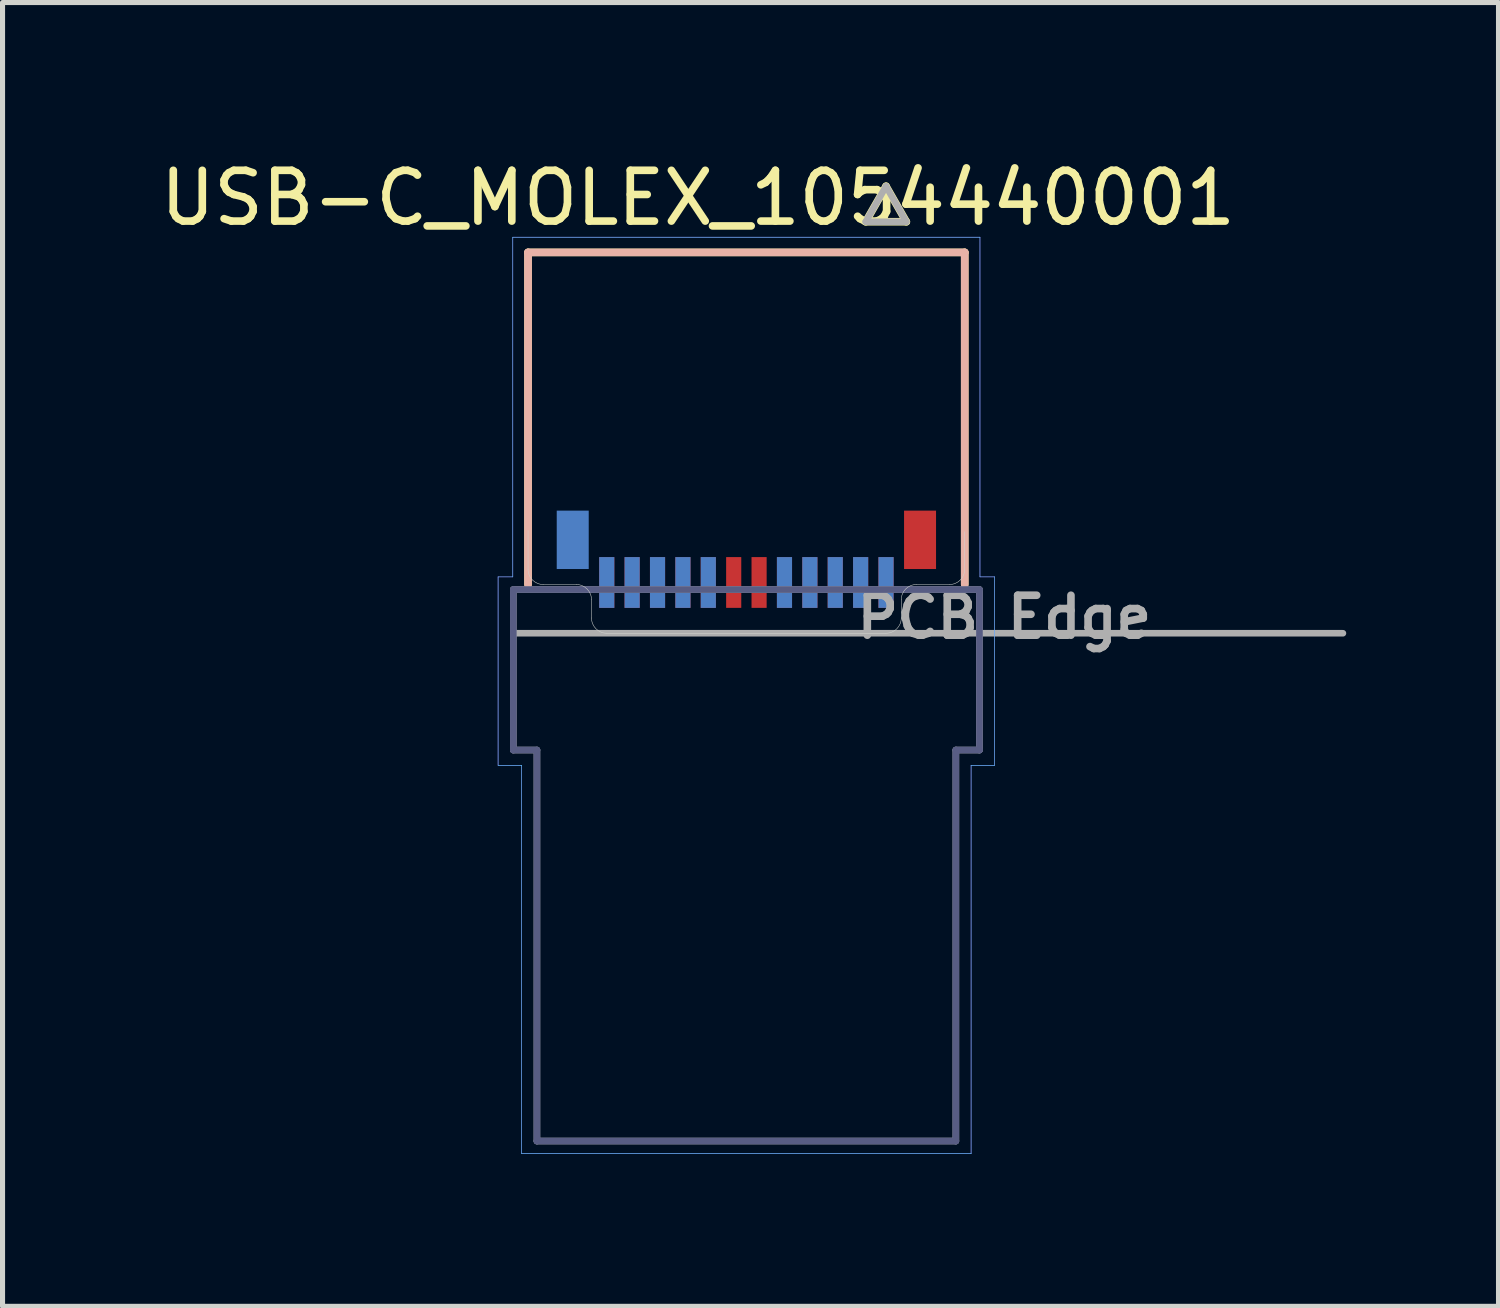
<source format=kicad_pcb>
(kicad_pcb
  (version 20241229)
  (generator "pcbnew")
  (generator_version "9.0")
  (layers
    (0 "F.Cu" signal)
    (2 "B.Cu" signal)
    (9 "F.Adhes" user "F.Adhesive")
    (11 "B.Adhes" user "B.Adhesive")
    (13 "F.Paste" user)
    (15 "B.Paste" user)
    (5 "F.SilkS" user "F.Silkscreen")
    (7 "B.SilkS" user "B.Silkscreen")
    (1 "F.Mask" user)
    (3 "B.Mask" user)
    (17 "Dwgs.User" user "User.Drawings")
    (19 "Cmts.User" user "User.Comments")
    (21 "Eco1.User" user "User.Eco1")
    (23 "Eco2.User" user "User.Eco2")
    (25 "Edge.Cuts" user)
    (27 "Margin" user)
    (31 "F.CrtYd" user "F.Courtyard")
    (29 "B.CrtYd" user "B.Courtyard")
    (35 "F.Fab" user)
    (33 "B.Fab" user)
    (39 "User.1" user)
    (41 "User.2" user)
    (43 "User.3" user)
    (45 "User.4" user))
  (footprint "USB-C_MOLEX_1054440001"
    (layer "F.Cu")
    (at 11.649 9.421)
    (property "Reference" "USB-C_MOLEX_1054440001" (at -0.953 -8.572 0) (layer "F.SilkS") (effects (font (size 1 1) (thickness 0.15))))
    (attr smd)
    (fp_poly (pts (xy -2.962 -1.563) (xy -2.538 -1.563) (xy -2.538 -0.436) (xy -2.962 -0.436)) (stroke (width 0.01) (type solid)) (fill yes) (layer "F.Mask"))
    (fp_poly (pts (xy -2.462 -1.563) (xy -2.038 -1.563) (xy -2.038 -0.436) (xy -2.462 -0.436)) (stroke (width 0.01) (type solid)) (fill yes) (layer "F.Mask"))
    (fp_poly (pts (xy -1.962 -1.563) (xy -1.538 -1.563) (xy -1.538 -0.436) (xy -1.962 -0.436)) (stroke (width 0.01) (type solid)) (fill yes) (layer "F.Mask"))
    (fp_poly (pts (xy -1.462 -1.563) (xy -1.038 -1.563) (xy -1.038 -0.436) (xy -1.462 -0.436)) (stroke (width 0.01) (type solid)) (fill yes) (layer "F.Mask"))
    (fp_poly (pts (xy -0.963 -1.563) (xy -0.537 -1.563) (xy -0.537 -0.436) (xy -0.963 -0.436)) (stroke (width 0.01) (type solid)) (fill yes) (layer "F.Mask"))
    (fp_poly (pts (xy -0.463 -1.563) (xy -0.037 -1.563) (xy -0.037 -0.436) (xy -0.463 -0.436)) (stroke (width 0.01) (type solid)) (fill yes) (layer "F.Mask"))
    (fp_poly (pts (xy 0.037 -1.563) (xy 0.463 -1.563) (xy 0.463 -0.436) (xy 0.037 -0.436)) (stroke (width 0.01) (type solid)) (fill yes) (layer "F.Mask"))
    (fp_poly (pts (xy 0.537 -1.563) (xy 0.963 -1.563) (xy 0.963 -0.436) (xy 0.537 -0.436)) (stroke (width 0.01) (type solid)) (fill yes) (layer "F.Mask"))
    (fp_poly (pts (xy 1.038 -1.563) (xy 1.462 -1.563) (xy 1.462 -0.436) (xy 1.038 -0.436)) (stroke (width 0.01) (type solid)) (fill yes) (layer "F.Mask"))
    (fp_poly (pts (xy 1.538 -1.563) (xy 1.962 -1.563) (xy 1.962 -0.436) (xy 1.538 -0.436)) (stroke (width 0.01) (type solid)) (fill yes) (layer "F.Mask"))
    (fp_poly (pts (xy 2.038 -1.563) (xy 2.462 -1.563) (xy 2.462 -0.436) (xy 2.038 -0.436)) (stroke (width 0.01) (type solid)) (fill yes) (layer "F.Mask"))
    (fp_poly (pts (xy 2.538 -1.563) (xy 2.962 -1.563) (xy 2.962 -0.436) (xy 2.538 -0.436)) (stroke (width 0.01) (type solid)) (fill yes) (layer "F.Mask"))
    (fp_poly (pts (xy 3.042 -2.478) (xy 3.799 -2.478) (xy 3.799 -1.202) (xy 3.042 -1.202)) (stroke (width 0.01) (type solid)) (fill yes) (layer "F.Mask"))
    (fp_poly (pts (xy -3.799 -2.478) (xy -3.042 -2.478) (xy -3.042 -1.202) (xy -3.799 -1.202)) (stroke (width 0.01) (type solid)) (fill yes) (layer "B.Mask"))
    (fp_poly (pts (xy -2.962 -1.563) (xy -2.538 -1.563) (xy -2.538 -0.436) (xy -2.962 -0.436)) (stroke (width 0.01) (type solid)) (fill yes) (layer "B.Mask"))
    (fp_poly (pts (xy -2.462 -1.563) (xy -2.038 -1.563) (xy -2.038 -0.436) (xy -2.462 -0.436)) (stroke (width 0.01) (type solid)) (fill yes) (layer "B.Mask"))
    (fp_poly (pts (xy -1.962 -1.563) (xy -1.538 -1.563) (xy -1.538 -0.436) (xy -1.962 -0.436)) (stroke (width 0.01) (type solid)) (fill yes) (layer "B.Mask"))
    (fp_poly (pts (xy -1.462 -1.563) (xy -1.038 -1.563) (xy -1.038 -0.436) (xy -1.462 -0.436)) (stroke (width 0.01) (type solid)) (fill yes) (layer "B.Mask"))
    (fp_poly (pts (xy -0.963 -1.563) (xy -0.537 -1.563) (xy -0.537 -0.436) (xy -0.963 -0.436)) (stroke (width 0.01) (type solid)) (fill yes) (layer "B.Mask"))
    (fp_poly (pts (xy 0.537 -1.563) (xy 0.963 -1.563) (xy 0.963 -0.436) (xy 0.537 -0.436)) (stroke (width 0.01) (type solid)) (fill yes) (layer "B.Mask"))
    (fp_poly (pts (xy 1.038 -1.563) (xy 1.462 -1.563) (xy 1.462 -0.436) (xy 1.038 -0.436)) (stroke (width 0.01) (type solid)) (fill yes) (layer "B.Mask"))
    (fp_poly (pts (xy 1.538 -1.563) (xy 1.962 -1.563) (xy 1.962 -0.436) (xy 1.538 -0.436)) (stroke (width 0.01) (type solid)) (fill yes) (layer "B.Mask"))
    (fp_poly (pts (xy 2.038 -1.563) (xy 2.462 -1.563) (xy 2.462 -0.436) (xy 2.038 -0.436)) (stroke (width 0.01) (type solid)) (fill yes) (layer "B.Mask"))
    (fp_poly (pts (xy 2.538 -1.563) (xy 2.962 -1.563) (xy 2.962 -0.436) (xy 2.538 -0.436)) (stroke (width 0.01) (type solid)) (fill yes) (layer "B.Mask"))
    (fp_line (start -4.3 -7.5) (end -4.3 -0.96) (stroke (width 0.15) (type solid)) (layer "F.SilkS"))
    (fp_line (start 2.35 -8.104) (end 3.15 -8.104) (stroke (width 0.15) (type solid)) (layer "F.SilkS"))
    (fp_line (start 2.75 -8.803) (end 2.35 -8.104) (stroke (width 0.15) (type solid)) (layer "F.SilkS"))
    (fp_line (start 3.15 -8.104) (end 2.75 -8.803) (stroke (width 0.15) (type solid)) (layer "F.SilkS"))
    (fp_line (start 4.3 -7.5) (end -4.3 -7.5) (stroke (width 0.15) (type solid)) (layer "F.SilkS"))
    (fp_line (start 4.3 -0.96) (end 4.3 -7.5) (stroke (width 0.15) (type solid)) (layer "F.SilkS"))
    (fp_line (start -4.3 -7.5) (end -4.3 -0.96) (stroke (width 0.15) (type solid)) (layer "B.SilkS"))
    (fp_line (start 4.3 -7.5) (end -4.3 -7.5) (stroke (width 0.15) (type solid)) (layer "B.SilkS"))
    (fp_line (start 4.3 -0.96) (end 4.3 -7.5) (stroke (width 0.15) (type solid)) (layer "B.SilkS"))
    (fp_line (start -4.3 -1.26) (end -4.3 -2.025) (stroke (width 0.01) (type solid)) (layer "Edge.Cuts"))
    (fp_line (start -3.35 -0.96) (end -4 -0.96) (stroke (width 0.01) (type solid)) (layer "Edge.Cuts"))
    (fp_line (start -3.05 -0.3) (end -3.05 -0.66) (stroke (width 0.01) (type solid)) (layer "Edge.Cuts"))
    (fp_line (start 2.75 0) (end -2.75 0) (stroke (width 0.01) (type solid)) (layer "Edge.Cuts"))
    (fp_line (start 3.05 -0.66) (end 3.05 -0.3) (stroke (width 0.01) (type solid)) (layer "Edge.Cuts"))
    (fp_line (start 4 -0.96) (end 3.35 -0.96) (stroke (width 0.01) (type solid)) (layer "Edge.Cuts"))
    (fp_line (start 4.3 -2) (end 4.3 -1.26) (stroke (width 0.01) (type solid)) (layer "Edge.Cuts"))
    (fp_arc (start -4 -0.96) (mid -4.212132 -1.047868) (end -4.3 -1.26) (stroke (width 0.01) (type solid)) (layer "Edge.Cuts"))
    (fp_arc (start -3.35 -0.96) (mid -3.137868 -0.872132) (end -3.05 -0.66) (stroke (width 0.01) (type solid)) (layer "Edge.Cuts"))
    (fp_arc (start -2.75 0) (mid -2.962132 -0.087868) (end -3.05 -0.3) (stroke (width 0.01) (type solid)) (layer "Edge.Cuts"))
    (fp_arc (start 3.05 -0.66) (mid 3.137868 -0.872132) (end 3.35 -0.96) (stroke (width 0.01) (type solid)) (layer "Edge.Cuts"))
    (fp_arc (start 3.05 -0.3) (mid 2.962132 -0.087868) (end 2.75 0) (stroke (width 0.01) (type solid)) (layer "Edge.Cuts"))
    (fp_arc (start 4.3 -1.26) (mid 4.212132 -1.047868) (end 4 -0.96) (stroke (width 0.01) (type solid)) (layer "Edge.Cuts"))
    (fp_line (start -4.89 -1.11) (end -4.6 -1.11) (stroke (width 0.01) (type solid)) (layer "B.CrtYd"))
    (fp_line (start -4.89 2.6) (end -4.89 -1.11) (stroke (width 0.01) (type solid)) (layer "B.CrtYd"))
    (fp_line (start -4.6 -7.8) (end 4.6 -7.8) (stroke (width 0.01) (type solid)) (layer "B.CrtYd"))
    (fp_line (start -4.6 -1.11) (end -4.6 -7.8) (stroke (width 0.01) (type solid)) (layer "B.CrtYd"))
    (fp_line (start -4.425 2.6) (end -4.89 2.6) (stroke (width 0.01) (type solid)) (layer "B.CrtYd"))
    (fp_line (start -4.425 10.25) (end -4.425 2.6) (stroke (width 0.01) (type solid)) (layer "B.CrtYd"))
    (fp_line (start 4.425 2.6) (end 4.425 10.25) (stroke (width 0.01) (type solid)) (layer "B.CrtYd"))
    (fp_line (start 4.425 10.25) (end -4.425 10.25) (stroke (width 0.01) (type solid)) (layer "B.CrtYd"))
    (fp_line (start 4.6 -7.8) (end 4.6 -1.11) (stroke (width 0.01) (type solid)) (layer "B.CrtYd"))
    (fp_line (start 4.6 -1.11) (end 4.89 -1.11) (stroke (width 0.01) (type solid)) (layer "B.CrtYd"))
    (fp_line (start 4.89 -1.11) (end 4.89 2.6) (stroke (width 0.01) (type solid)) (layer "B.CrtYd"))
    (fp_line (start 4.89 2.6) (end 4.425 2.6) (stroke (width 0.01) (type solid)) (layer "B.CrtYd"))
    (fp_line (start -4.89 -1.11) (end -4.6 -1.11) (stroke (width 0.01) (type solid)) (layer "F.CrtYd"))
    (fp_line (start -4.89 2.6) (end -4.89 -1.11) (stroke (width 0.01) (type solid)) (layer "F.CrtYd"))
    (fp_line (start -4.6 -7.8) (end 4.6 -7.8) (stroke (width 0.01) (type solid)) (layer "F.CrtYd"))
    (fp_line (start -4.6 -1.11) (end -4.6 -7.8) (stroke (width 0.01) (type solid)) (layer "F.CrtYd"))
    (fp_line (start -4.425 2.6) (end -4.89 2.6) (stroke (width 0.01) (type solid)) (layer "F.CrtYd"))
    (fp_line (start -4.425 10.25) (end -4.425 2.6) (stroke (width 0.01) (type solid)) (layer "F.CrtYd"))
    (fp_line (start 4.425 2.6) (end 4.425 10.25) (stroke (width 0.01) (type solid)) (layer "F.CrtYd"))
    (fp_line (start 4.425 10.25) (end -4.425 10.25) (stroke (width 0.01) (type solid)) (layer "F.CrtYd"))
    (fp_line (start 4.6 -7.8) (end 4.6 -1.11) (stroke (width 0.01) (type solid)) (layer "F.CrtYd"))
    (fp_line (start 4.6 -1.11) (end 4.89 -1.11) (stroke (width 0.01) (type solid)) (layer "F.CrtYd"))
    (fp_line (start 4.89 -1.11) (end 4.89 2.6) (stroke (width 0.01) (type solid)) (layer "F.CrtYd"))
    (fp_line (start 4.89 2.6) (end 4.425 2.6) (stroke (width 0.01) (type solid)) (layer "F.CrtYd"))
    (fp_line (start -4.59 -0.86) (end -4.59 2.3) (stroke (width 0.13) (type solid)) (layer "B.Fab"))
    (fp_line (start -4.59 2.3) (end -4.125 2.3) (stroke (width 0.13) (type solid)) (layer "B.Fab"))
    (fp_line (start -4.125 2.3) (end -4.125 10) (stroke (width 0.13) (type solid)) (layer "B.Fab"))
    (fp_line (start -4.125 10) (end 4.125 10) (stroke (width 0.13) (type solid)) (layer "B.Fab"))
    (fp_line (start 4.125 2.3) (end 4.125 10) (stroke (width 0.13) (type solid)) (layer "B.Fab"))
    (fp_line (start 4.59 -0.86) (end -4.59 -0.86) (stroke (width 0.13) (type solid)) (layer "B.Fab"))
    (fp_line (start 4.59 2.3) (end 4.125 2.3) (stroke (width 0.13) (type solid)) (layer "B.Fab"))
    (fp_line (start 4.59 2.3) (end 4.59 -0.86) (stroke (width 0.13) (type solid)) (layer "B.Fab"))
    (fp_line (start -4.59 -0.86) (end -4.59 0) (stroke (width 0.13) (type solid)) (layer "F.Fab"))
    (fp_line (start -4.59 0) (end -4.59 2.3) (stroke (width 0.13) (type solid)) (layer "F.Fab"))
    (fp_line (start -4.59 0) (end 11.748 0) (stroke (width 0.13) (type solid)) (layer "F.Fab"))
    (fp_line (start -4.59 2.3) (end -4.125 2.3) (stroke (width 0.13) (type solid)) (layer "F.Fab"))
    (fp_line (start -4.125 2.3) (end -4.125 10) (stroke (width 0.13) (type solid)) (layer "F.Fab"))
    (fp_line (start -4.125 10) (end 4.125 10) (stroke (width 0.13) (type solid)) (layer "F.Fab"))
    (fp_line (start 2.35 -8.104) (end 3.15 -8.104) (stroke (width 0.13) (type solid)) (layer "F.Fab"))
    (fp_line (start 2.75 -8.803) (end 2.35 -8.104) (stroke (width 0.13) (type solid)) (layer "F.Fab"))
    (fp_line (start 3.15 -8.104) (end 2.75 -8.803) (stroke (width 0.13) (type solid)) (layer "F.Fab"))
    (fp_line (start 4.125 2.3) (end 4.125 10) (stroke (width 0.13) (type solid)) (layer "F.Fab"))
    (fp_line (start 4.59 -0.86) (end -4.59 -0.86) (stroke (width 0.13) (type solid)) (layer "F.Fab"))
    (fp_line (start 4.59 2.3) (end 4.125 2.3) (stroke (width 0.13) (type solid)) (layer "F.Fab"))
    (fp_line (start 4.59 2.3) (end 4.59 -0.86) (stroke (width 0.13) (type solid)) (layer "F.Fab"))
    (fp_text user "PCB Edge" (at 5.08 -0.318 0) (layer "F.Fab") (effects (font (size 0.787 0.787) (thickness 0.15))))
    (pad "A1" smd rect (at 2.75 -1) (size 0.298 1) (layers "F.Cu" "F.Paste"))
    (pad "A2" smd rect (at 2.25 -1) (size 0.298 1) (layers "F.Cu" "F.Paste"))
    (pad "A3" smd rect (at 1.75 -1) (size 0.298 1) (layers "F.Cu" "F.Paste"))
    (pad "A4" smd rect (at 1.25 -1) (size 0.298 1) (layers "F.Cu" "F.Paste"))
    (pad "A5" smd rect (at 0.75 -1) (size 0.298 1) (layers "F.Cu" "F.Paste"))
    (pad "A6" smd rect (at 0.25 -1) (size 0.298 1) (layers "F.Cu" "F.Paste"))
    (pad "A7" smd rect (at -0.25 -1) (size 0.298 1) (layers "F.Cu" "F.Paste"))
    (pad "A8" smd rect (at -0.75 -1) (size 0.298 1) (layers "F.Cu" "F.Paste"))
    (pad "A9" smd rect (at -1.25 -1) (size 0.298 1) (layers "F.Cu" "F.Paste"))
    (pad "A10" smd rect (at -1.75 -1) (size 0.298 1) (layers "F.Cu" "F.Paste"))
    (pad "A11" smd rect (at -2.25 -1) (size 0.298 1) (layers "F.Cu" "F.Paste"))
    (pad "A12" smd rect (at -2.75 -1) (size 0.298 1) (layers "F.Cu" "F.Paste"))
    (pad "B1" smd rect (at -2.75 -1) (size 0.298 1) (layers "B.Cu" "B.Paste"))
    (pad "B2" smd rect (at -2.25 -1) (size 0.298 1) (layers "B.Cu" "B.Paste"))
    (pad "B3" smd rect (at -1.75 -1) (size 0.298 1) (layers "B.Cu" "B.Paste"))
    (pad "B4" smd rect (at -1.25 -1) (size 0.298 1) (layers "B.Cu" "B.Paste"))
    (pad "B5" smd rect (at -0.75 -1) (size 0.298 1) (layers "B.Cu" "B.Paste"))
    (pad "B8" smd rect (at 0.75 -1) (size 0.298 1) (layers "B.Cu" "B.Paste"))
    (pad "B9" smd rect (at 1.25 -1) (size 0.298 1) (layers "B.Cu" "B.Paste"))
    (pad "B10" smd rect (at 1.75 -1) (size 0.298 1) (layers "B.Cu" "B.Paste"))
    (pad "B11" smd rect (at 2.25 -1) (size 0.298 1) (layers "B.Cu" "B.Paste"))
    (pad "B12" smd rect (at 2.75 -1) (size 0.298 1) (layers "B.Cu" "B.Paste"))
    (pad "SH1" smd rect (at 3.42 -1.84) (size 0.63 1.15) (layers "F.Cu" "F.Paste"))
    (pad "SH2" smd rect (at -3.42 -1.84) (size 0.63 1.15) (layers "B.Cu" "B.Paste")))
  (gr_rect
    (start -3 -3)
    (end 26.461 22.676)
    (stroke (width 0.1) (type default))
    (fill no)
    (layer "Edge.Cuts")))
</source>
